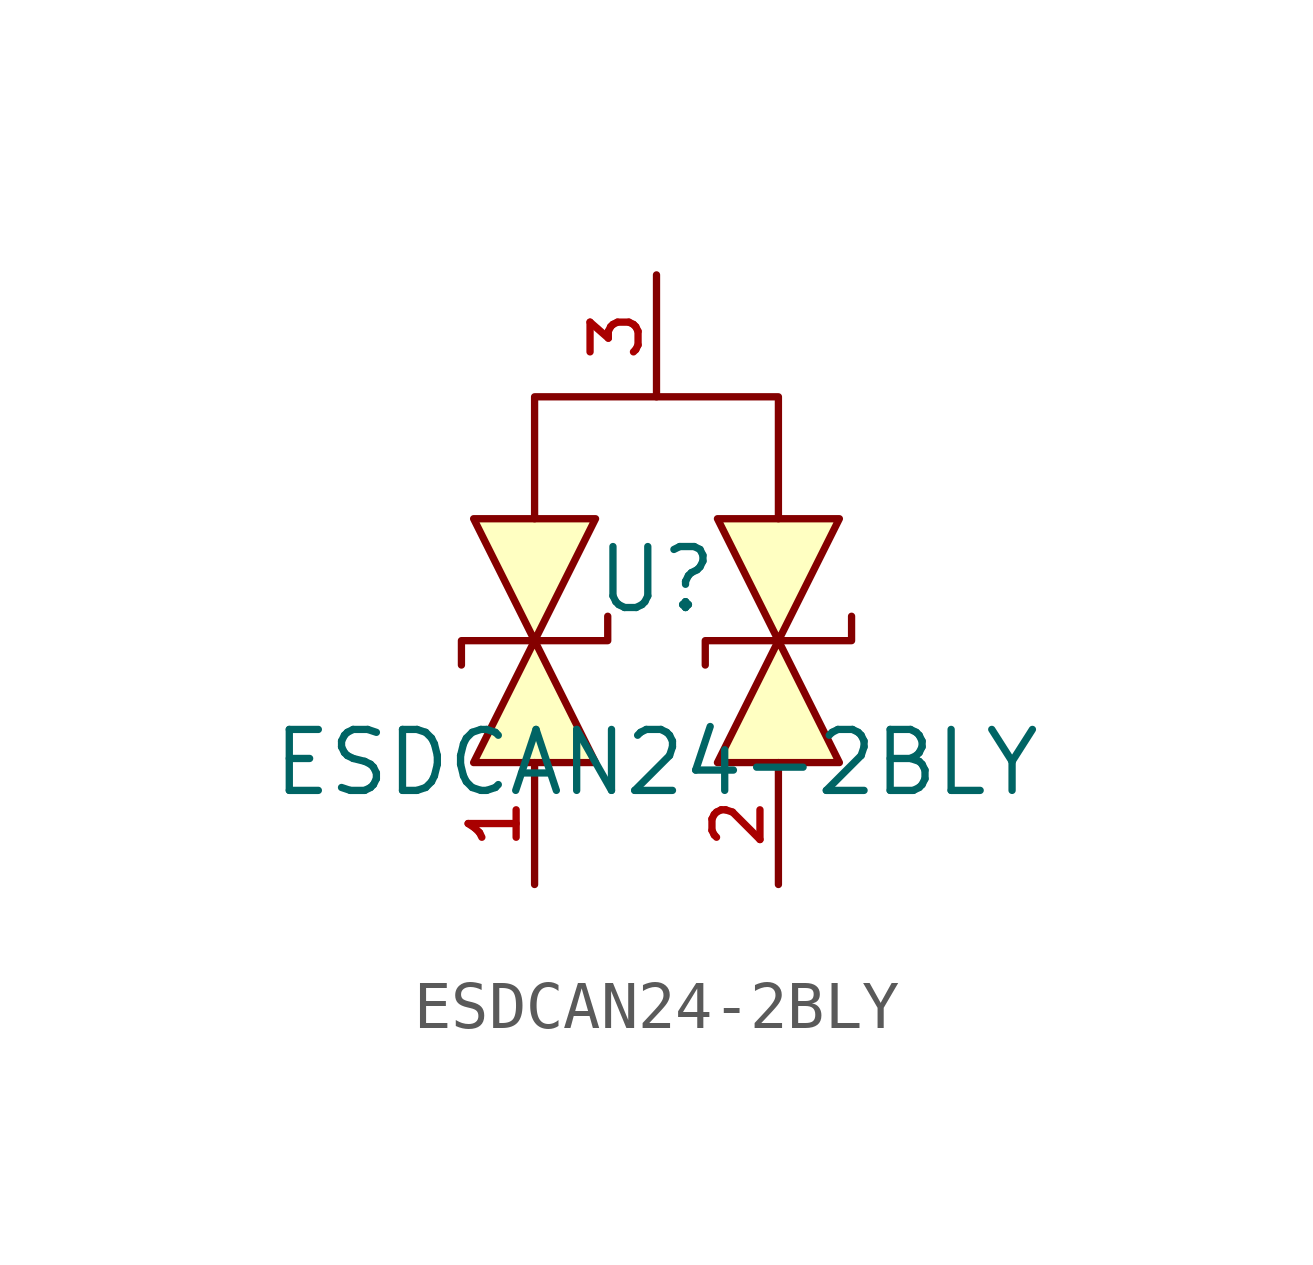
<source format=kicad_sym>
(kicad_symbol_lib
  (version 20220914)
  (generator kicad_symbol_editor)
  (symbol "ESDCAN24-2BLY"
    (pin_names hide)
    (property "Reference" "U"
      (at 0 1.27 0)
      (effects (font (size 1.27 1.27))))
    (property "Value" "ESDCAN24-2BLY"
      (at 0 -2.54 0)
      (effects (font (size 1.27 1.27))))
    (symbol "ESDCAN24-2BLY_0_1"
      (polyline (pts (xy -3.81 -2.54) (xy -2.54 0) (xy -1.27 -2.54) (xy -3.81 -2.54)) (stroke (width 0) (type default)) (fill (type background)))
      (polyline (pts (xy -3.81 2.54) (xy -2.54 0) (xy -1.27 2.54) (xy -3.81 2.54)) (stroke (width 0) (type default)) (fill (type background)))
      (polyline (pts (xy -2.54 2.54) (xy -2.54 5.08) (xy 2.54 5.08) (xy 2.54 2.54)) (stroke (width 0) (type default)) (fill (type none)))
      (polyline (pts (xy 1.27 -2.54) (xy 2.54 0) (xy 3.81 -2.54) (xy 1.27 -2.54)) (stroke (width 0) (type default)) (fill (type background)))
      (polyline (pts (xy 1.27 2.54) (xy 2.54 0) (xy 3.81 2.54) (xy 1.27 2.54)) (stroke (width 0) (type default)) (fill (type background)))
      (polyline (pts (xy -4.064 -0.508) (xy -4.064 -0.508) (xy -4.064 0) (xy -1.016 0) (xy -1.016 0.508) (xy -1.016 0.508)) (stroke (width 0) (type default)) (fill (type none)))
      (polyline (pts (xy 1.016 -0.508) (xy 1.016 -0.508) (xy 1.016 0) (xy 4.064 0) (xy 4.064 0.508) (xy 4.064 0.508)) (stroke (width 0) (type default)) (fill (type none)))
      (pin unspecified line (at -2.54 -5.08 90) (length 2.54) (name "1" (effects (font (size 1 1)))) (number "1" (effects (font (size 1 1)))))
      (pin unspecified line (at 2.54 -5.08 90) (length 2.54) (name "2" (effects (font (size 1 1)))) (number "2" (effects (font (size 1 1)))))
      (pin unspecified line (at 0 7.62 270) (length 2.54) (name "3" (effects (font (size 1 1)))) (number "3" (effects (font (size 1 1))))))))
</source>
